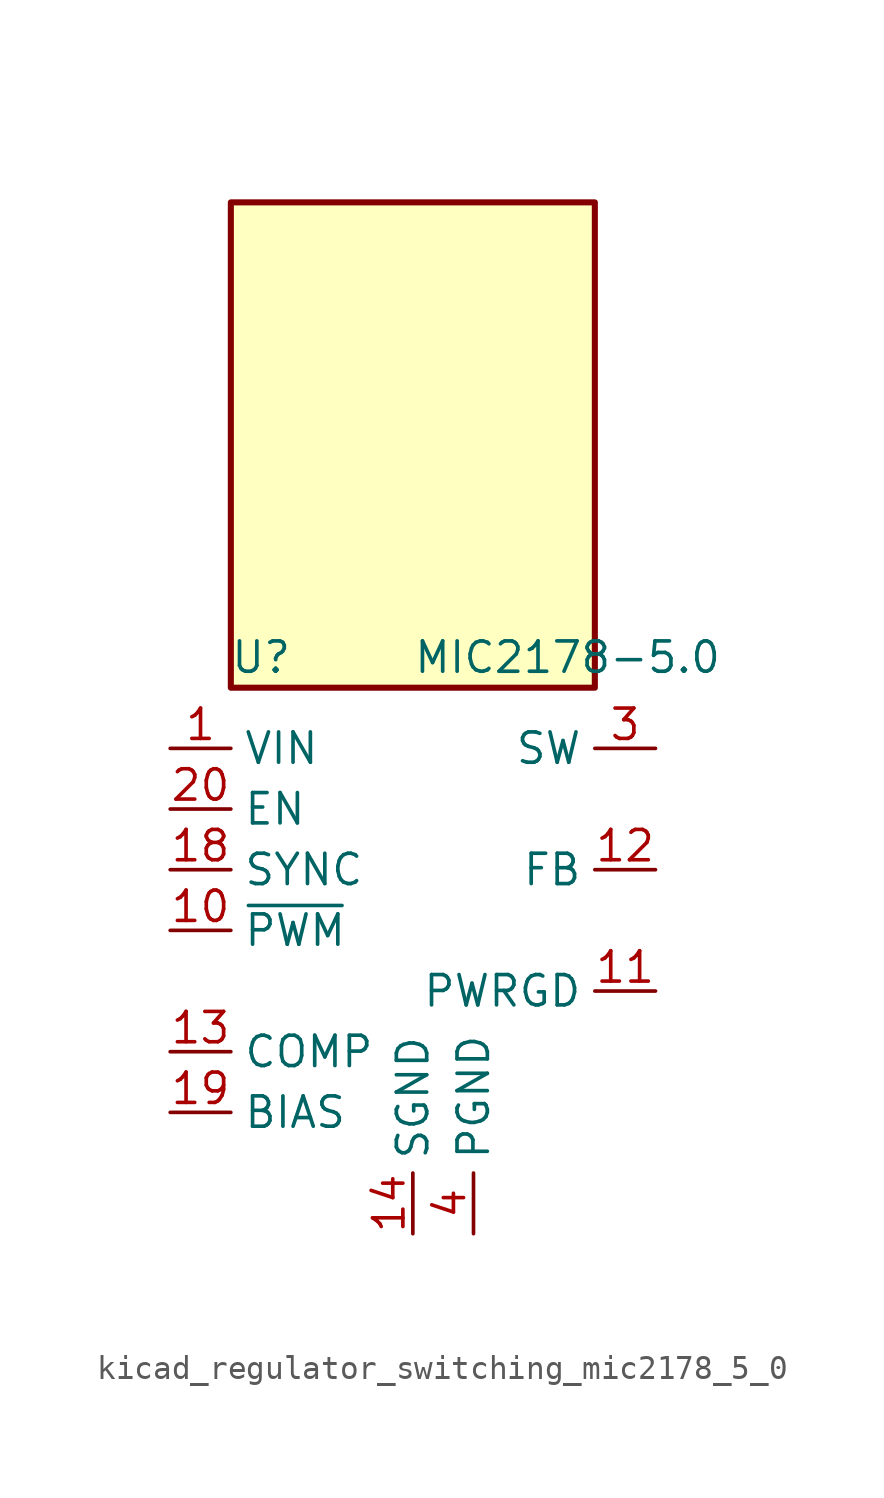
<source format=kicad_sym>
(kicad_symbol_lib
  (version 20220914)
  (generator kicad_symbol_editor)
  (symbol "kicad_regulator_switching_mic2178_5_0"
    (property "Reference" "U"
      (at -6.35 13.97 0)
      (effects (font (size 1.27 1.27))))
    (property "Value" "MIC2178-5.0"
      (at 0 13.97 0)
      (effects (font (size 1.27 1.27)) (justify left)))
    (symbol "kicad_regulator_switching_mic2178_5_0_0_1"
      (rectangle (start 7.62 33.02) (end -7.62 12.7) (stroke (width 0.254) (type default)) (fill (type background))))
    (symbol "kicad_regulator_switching_mic2178_5_0_1_1"
      (pin power_in line (at -10.16 10.16 0) (length 2.54) (name "VIN" (effects (font (size 1.27 1.27)))) (number "1" (effects (font (size 1.27 1.27)))))
      (pin input line (at -10.16 2.54 0) (length 2.54) (name "~{PWM}" (effects (font (size 1.27 1.27)))) (number "10" (effects (font (size 1.27 1.27)))))
      (pin output line (at 10.16 0 180) (length 2.54) (name "PWRGD" (effects (font (size 1.27 1.27)))) (number "11" (effects (font (size 1.27 1.27)))))
      (pin input line (at 10.16 5.08 180) (length 2.54) (name "FB" (effects (font (size 1.27 1.27)))) (number "12" (effects (font (size 1.27 1.27)))))
      (pin input line (at -10.16 -2.54 0) (length 2.54) (name "COMP" (effects (font (size 1.27 1.27)))) (number "13" (effects (font (size 1.27 1.27)))))
      (pin power_in line (at 0 -10.16 90) (length 2.54) (name "SGND" (effects (font (size 1.27 1.27)))) (number "14" (effects (font (size 1.27 1.27)))))
      (pin passive line (at 0 -10.16 90) (length 2.54) hide (name "SGND" (effects (font (size 1.27 1.27)))) (number "15" (effects (font (size 1.27 1.27)))))
      (pin passive line (at 0 -10.16 90) (length 2.54) hide (name "SGND" (effects (font (size 1.27 1.27)))) (number "16" (effects (font (size 1.27 1.27)))))
      (pin passive line (at 0 -10.16 90) (length 2.54) hide (name "SGND" (effects (font (size 1.27 1.27)))) (number "17" (effects (font (size 1.27 1.27)))))
      (pin input line (at -10.16 5.08 0) (length 2.54) (name "SYNC" (effects (font (size 1.27 1.27)))) (number "18" (effects (font (size 1.27 1.27)))))
      (pin input line (at -10.16 -5.08 0) (length 2.54) (name "BIAS" (effects (font (size 1.27 1.27)))) (number "19" (effects (font (size 1.27 1.27)))))
      (pin passive line (at -10.16 10.16 0) (length 2.54) hide (name "VIN" (effects (font (size 1.27 1.27)))) (number "2" (effects (font (size 1.27 1.27)))))
      (pin input line (at -10.16 7.62 0) (length 2.54) (name "EN" (effects (font (size 1.27 1.27)))) (number "20" (effects (font (size 1.27 1.27)))))
      (pin output line (at 10.16 10.16 180) (length 2.54) (name "SW" (effects (font (size 1.27 1.27)))) (number "3" (effects (font (size 1.27 1.27)))))
      (pin power_in line (at 2.54 -10.16 90) (length 2.54) (name "PGND" (effects (font (size 1.27 1.27)))) (number "4" (effects (font (size 1.27 1.27)))))
      (pin passive line (at 2.54 -10.16 90) (length 2.54) hide (name "PGND" (effects (font (size 1.27 1.27)))) (number "5" (effects (font (size 1.27 1.27)))))
      (pin passive line (at 2.54 -10.16 90) (length 2.54) hide (name "PGND" (effects (font (size 1.27 1.27)))) (number "6" (effects (font (size 1.27 1.27)))))
      (pin passive line (at 2.54 -10.16 90) (length 2.54) hide (name "PGND" (effects (font (size 1.27 1.27)))) (number "7" (effects (font (size 1.27 1.27)))))
      (pin passive line (at 10.16 10.16 180) (length 2.54) hide (name "SW" (effects (font (size 1.27 1.27)))) (number "8" (effects (font (size 1.27 1.27)))))
      (pin passive line (at -10.16 10.16 0) (length 2.54) hide (name "VIN" (effects (font (size 1.27 1.27)))) (number "9" (effects (font (size 1.27 1.27))))))))
</source>
